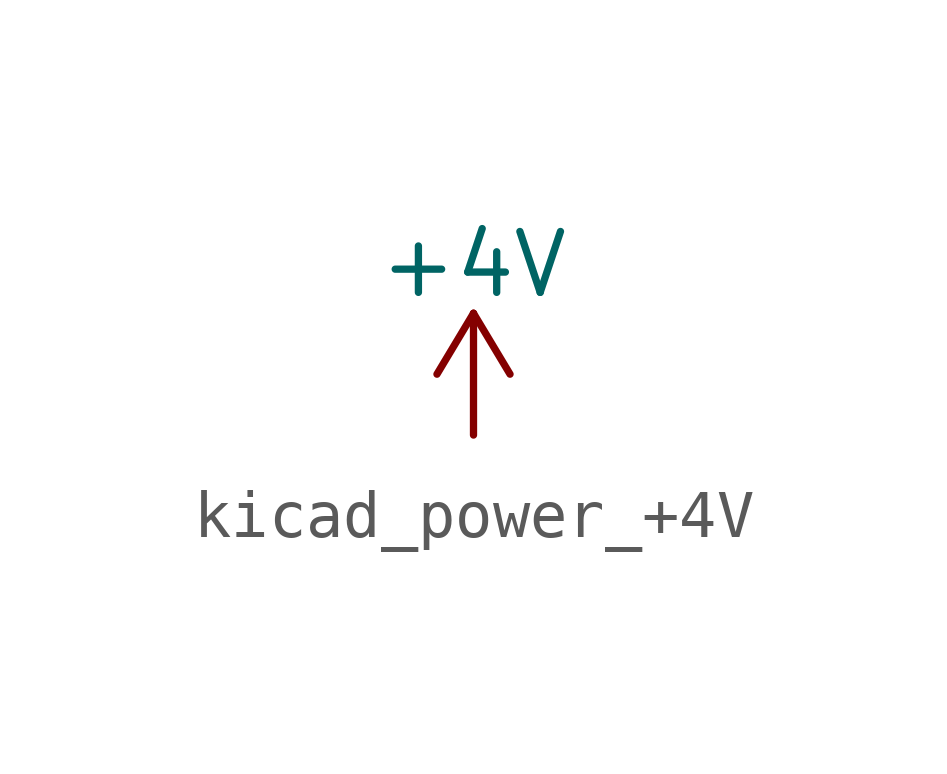
<source format=kicad_sym>
(kicad_symbol_lib
  (version 20220914)
  (generator kicad_symbol_editor)
  (symbol "kicad_power_+4V"
    (power)
    (pin_names
      (offset 0))
    (property "Reference" "#PWR"
      (at 0 -3.81 0)
      (effects (font (size 1.27 1.27)) hide))
    (property "Value" "+4V"
      (at 0 3.556 0)
      (effects (font (size 1.27 1.27))))
    (symbol "kicad_power_+4V_0_1"
      (polyline (pts (xy -0.762 1.27) (xy 0 2.54)) (stroke (width 0) (type default)) (fill (type none)))
      (polyline (pts (xy 0 0) (xy 0 2.54)) (stroke (width 0) (type default)) (fill (type none)))
      (polyline (pts (xy 0 2.54) (xy 0.762 1.27)) (stroke (width 0) (type default)) (fill (type none))))
    (symbol "kicad_power_+4V_1_1"
      (pin power_in line (at 0 0 90) (length 0) hide (name "+4V" (effects (font (size 1.27 1.27)))) (number "1" (effects (font (size 1.27 1.27))))))))
</source>
